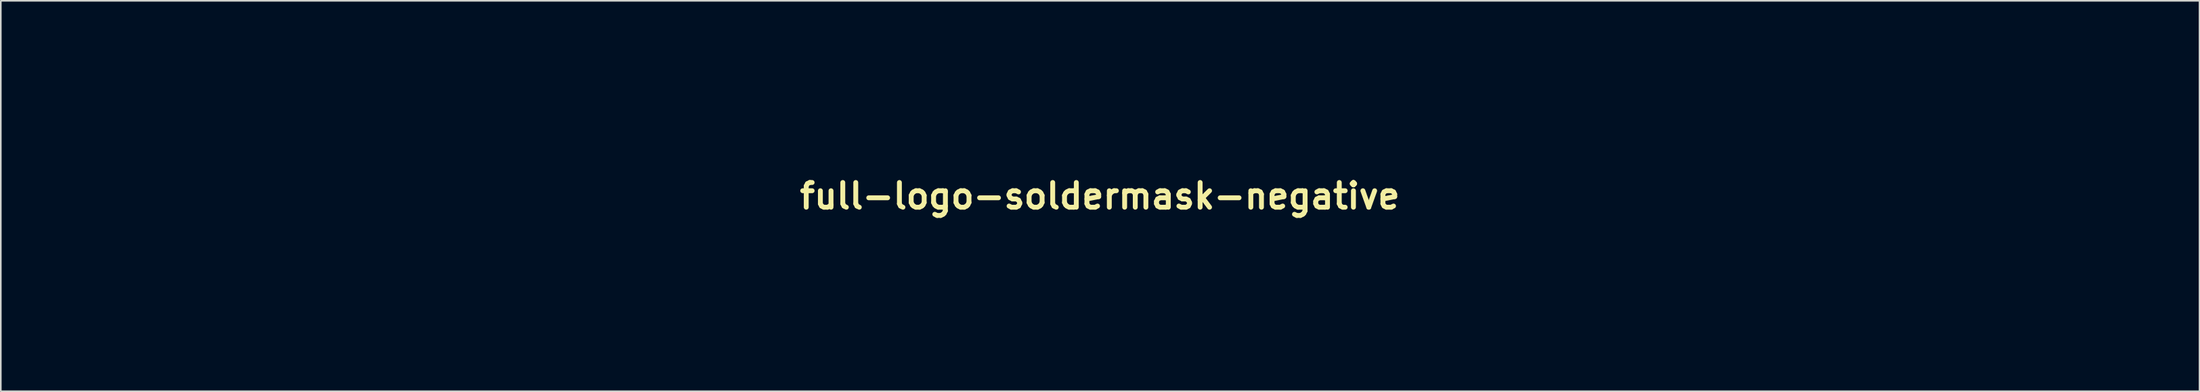
<source format=kicad_pcb>
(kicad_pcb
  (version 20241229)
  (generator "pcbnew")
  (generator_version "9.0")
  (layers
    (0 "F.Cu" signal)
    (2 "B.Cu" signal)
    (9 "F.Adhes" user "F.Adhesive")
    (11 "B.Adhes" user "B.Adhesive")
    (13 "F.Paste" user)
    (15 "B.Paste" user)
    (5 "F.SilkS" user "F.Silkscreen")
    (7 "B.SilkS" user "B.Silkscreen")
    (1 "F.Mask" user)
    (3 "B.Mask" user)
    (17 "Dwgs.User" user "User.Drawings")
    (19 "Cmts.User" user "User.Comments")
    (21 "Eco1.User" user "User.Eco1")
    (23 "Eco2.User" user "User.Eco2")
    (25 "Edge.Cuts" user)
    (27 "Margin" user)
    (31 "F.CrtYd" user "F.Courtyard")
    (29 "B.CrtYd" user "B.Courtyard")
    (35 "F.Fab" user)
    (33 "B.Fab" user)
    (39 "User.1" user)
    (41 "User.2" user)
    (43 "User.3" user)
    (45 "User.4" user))
  (footprint "full-logo-soldermask-negative"
    (layer "F.Cu")
    (at 64.634 9.036)
    (property "Reference" "full-logo-soldermask-negative" (at 0 0 0) (layer "F.SilkS") (effects (font (size 1.524 1.524) (thickness 0.3))))
    (attr through_hole)
    (fp_poly (pts (xy 10.445 1.637) (xy 10.753 1.694) (xy 11.024 1.793) (xy 11.269 1.94) (xy 11.455 2.092) (xy 11.552 2.204) (xy 11.657 2.36) (xy 11.756 2.536) (xy 11.835 2.71) (xy 11.871 2.813) (xy 11.893 2.893) (xy 8.256 2.893) (xy 8.315 2.743) (xy 8.472 2.423) (xy 8.67 2.16) (xy 8.912 1.948) (xy 9.203 1.785) (xy 9.4 1.709) (xy 9.54 1.666) (xy 9.665 1.639) (xy 9.798 1.624) (xy 9.963 1.618) (xy 10.088 1.618) (xy 10.445 1.637)) (stroke (width 0.01) (type solid)) (fill yes) (layer "F.Mask"))
    (fp_poly (pts (xy -4.462 1.625) (xy -4.221 1.655) (xy -4.069 1.69) (xy -3.748 1.82) (xy -3.465 2.006) (xy -3.223 2.239) (xy -3.025 2.514) (xy -2.876 2.823) (xy -2.778 3.159) (xy -2.735 3.516) (xy -2.75 3.887) (xy -2.807 4.188) (xy -2.927 4.536) (xy -3.099 4.841) (xy -3.317 5.098) (xy -3.579 5.304) (xy -3.88 5.454) (xy -4.096 5.52) (xy -4.312 5.554) (xy -4.562 5.569) (xy -4.818 5.564) (xy -5.054 5.54) (xy -5.209 5.507) (xy -5.56 5.374) (xy -5.862 5.191) (xy -6.112 4.962) (xy -6.309 4.689) (xy -6.451 4.373) (xy -6.536 4.019) (xy -6.562 3.654) (xy -6.555 3.446) (xy -6.535 3.244) (xy -6.507 3.079) (xy -6.505 3.071) (xy -6.385 2.722) (xy -6.209 2.41) (xy -5.983 2.14) (xy -5.712 1.918) (xy -5.402 1.75) (xy -5.168 1.669) (xy -4.963 1.632) (xy -4.718 1.618) (xy -4.462 1.625)) (stroke (width 0.01) (type solid)) (fill yes) (layer "F.Mask"))
    (fp_poly (pts (xy 19.264 -0.444) (xy 19.678 -0.348) (xy 20.069 -0.194) (xy 20.432 0.015) (xy 20.762 0.277) (xy 21.053 0.588) (xy 21.299 0.946) (xy 21.494 1.346) (xy 21.555 1.515) (xy 21.665 1.947) (xy 21.712 2.385) (xy 21.699 2.82) (xy 21.628 3.247) (xy 21.502 3.655) (xy 21.322 4.038) (xy 21.091 4.388) (xy 20.811 4.696) (xy 20.62 4.858) (xy 20.269 5.093) (xy 19.904 5.266) (xy 19.515 5.382) (xy 19.09 5.443) (xy 18.909 5.453) (xy 18.67 5.457) (xy 18.472 5.446) (xy 18.286 5.419) (xy 18.203 5.402) (xy 17.759 5.27) (xy 17.35 5.08) (xy 16.982 4.834) (xy 16.659 4.537) (xy 16.383 4.193) (xy 16.16 3.805) (xy 15.992 3.377) (xy 15.949 3.222) (xy 15.899 2.947) (xy 15.875 2.632) (xy 15.877 2.304) (xy 15.905 1.99) (xy 15.946 1.768) (xy 16.085 1.334) (xy 16.282 0.935) (xy 16.533 0.577) (xy 16.833 0.263) (xy 17.179 -0.002) (xy 17.566 -0.213) (xy 17.947 -0.354) (xy 18.393 -0.45) (xy 18.834 -0.479) (xy 19.264 -0.444)) (stroke (width 0.01) (type solid)) (fill yes) (layer "F.Mask"))
    (fp_poly (pts (xy 64.664 9.031) (xy -64.629 9.031) (xy -64.629 -0.189) (xy -62.274 -0.189) (xy -62.272 -0.014) (xy -62.268 0.18) (xy -62.261 0.379) (xy -62.253 0.57) (xy -62.242 0.741) (xy -62.231 0.879) (xy -62.23 0.885) (xy -62.118 1.597) (xy -61.939 2.304) (xy -61.697 2.998) (xy -61.395 3.669) (xy -61.038 4.31) (xy -60.628 4.911) (xy -60.455 5.133) (xy -60.297 5.317) (xy -60.101 5.528) (xy -59.883 5.752) (xy -59.658 5.972) (xy -59.443 6.172) (xy -59.253 6.337) (xy -59.214 6.369) (xy -58.646 6.782) (xy -58.035 7.149) (xy -57.392 7.465) (xy -56.726 7.725) (xy -56.046 7.927) (xy -55.364 8.065) (xy -55.016 8.11) (xy -54.811 8.126) (xy -54.559 8.137) (xy -54.277 8.142) (xy -53.985 8.143) (xy -53.702 8.139) (xy -53.447 8.13) (xy -53.24 8.115) (xy -53.206 8.112) (xy -52.46 7.996) (xy -51.731 7.812) (xy -51.021 7.561) (xy -50.334 7.244) (xy -49.672 6.864) (xy -49.04 6.421) (xy -48.945 6.347) (xy -48.893 6.3) (xy -48.793 6.206) (xy -48.648 6.067) (xy -48.461 5.886) (xy -48.234 5.664) (xy -47.97 5.406) (xy -47.671 5.112) (xy -47.339 4.785) (xy -46.978 4.429) (xy -46.59 4.044) (xy -46.176 3.635) (xy -45.741 3.203) (xy -45.339 2.804) (xy -43.991 2.804) (xy -42.483 4.315) (xy -42.201 4.598) (xy -41.922 4.874) (xy -41.654 5.139) (xy -41.402 5.386) (xy -41.171 5.611) (xy -40.968 5.807) (xy -40.798 5.969) (xy -40.668 6.09) (xy -40.595 6.155) (xy -40.005 6.622) (xy -39.377 7.031) (xy -38.719 7.38) (xy -38.035 7.666) (xy -37.331 7.887) (xy -36.893 7.989) (xy -36.554 8.052) (xy -36.253 8.097) (xy -35.962 8.125) (xy -35.653 8.14) (xy -35.428 8.145) (xy -34.96 8.149) (xy -34.96 5.126) (xy -35.481 5.105) (xy -36.079 5.046) (xy -36.658 4.92) (xy -37.215 4.727) (xy -37.749 4.468) (xy -38.258 4.143) (xy -38.355 4.072) (xy -38.418 4.018) (xy -38.527 3.919) (xy -38.675 3.779) (xy -38.859 3.603) (xy -39.073 3.397) (xy -39.312 3.164) (xy -39.571 2.91) (xy -39.846 2.638) (xy -40.132 2.355) (xy -40.208 2.279) (xy -41.84 0.654) (xy -42.916 1.729) (xy -43.991 2.804) (xy -45.339 2.804) (xy -45.286 2.751) (xy -44.813 2.281) (xy -44.326 1.796) (xy -43.826 1.298) (xy -43.568 1.041) (xy -42.962 0.436) (xy -42.404 -0.12) (xy -41.892 -0.631) (xy -41.422 -1.099) (xy -40.994 -1.525) (xy -40.605 -1.912) (xy -40.252 -2.262) (xy -39.934 -2.576) (xy -39.648 -2.858) (xy -39.391 -3.108) (xy -39.163 -3.33) (xy -38.96 -3.525) (xy -38.78 -3.695) (xy -38.621 -3.843) (xy -38.482 -3.97) (xy -38.358 -4.079) (xy -38.249 -4.172) (xy -38.152 -4.25) (xy -38.065 -4.316) (xy -37.986 -4.373) (xy -37.912 -4.421) (xy -37.841 -4.463) (xy -37.771 -4.502) (xy -37.7 -4.539) (xy -37.625 -4.577) (xy -37.545 -4.617) (xy -37.54 -4.62) (xy -37.267 -4.742) (xy -36.953 -4.861) (xy -36.625 -4.967) (xy -36.309 -5.051) (xy -36.092 -5.095) (xy -35.844 -5.125) (xy -35.549 -5.143) (xy -35.232 -5.149) (xy -34.914 -5.143) (xy -34.619 -5.124) (xy -34.396 -5.097) (xy -33.823 -4.97) (xy -33.275 -4.78) (xy -32.755 -4.531) (xy -32.269 -4.225) (xy -31.82 -3.869) (xy -31.412 -3.464) (xy -31.051 -3.016) (xy -30.74 -2.529) (xy -30.483 -2.006) (xy -30.284 -1.451) (xy -30.211 -1.173) (xy -30.147 -0.822) (xy -30.108 -0.429) (xy -30.095 -0.019) (xy -30.106 0.384) (xy -30.145 0.756) (xy -30.156 0.829) (xy -30.288 1.4) (xy -30.484 1.95) (xy -30.738 2.473) (xy -31.047 2.964) (xy -31.408 3.417) (xy -31.814 3.826) (xy -32.263 4.185) (xy -32.751 4.489) (xy -32.834 4.533) (xy -33.018 4.628) (xy -32.972 4.739) (xy -32.904 4.9) (xy -32.82 5.097) (xy -32.723 5.323) (xy -32.617 5.57) (xy -32.505 5.828) (xy -32.39 6.092) (xy -32.278 6.351) (xy -32.17 6.599) (xy -32.07 6.826) (xy -31.982 7.026) (xy -31.91 7.189) (xy -31.857 7.307) (xy -31.826 7.374) (xy -31.82 7.384) (xy -31.774 7.386) (xy -31.679 7.353) (xy -31.542 7.289) (xy -31.375 7.201) (xy -31.183 7.093) (xy -30.978 6.97) (xy -30.767 6.837) (xy -30.559 6.699) (xy -30.362 6.562) (xy -30.256 6.483) (xy -30.078 6.339) (xy -29.869 6.155) (xy -29.643 5.944) (xy -29.556 5.86) (xy -22.631 5.86) (xy -22.507 5.965) (xy -22.271 6.148) (xy -22.002 6.325) (xy -21.766 6.457) (xy -21.635 6.519) (xy -21.478 6.586) (xy -21.312 6.65) (xy -21.154 6.707) (xy -21.022 6.749) (xy -20.933 6.77) (xy -20.919 6.772) (xy -20.89 6.754) (xy -20.863 6.695) (xy -20.835 6.584) (xy -20.802 6.412) (xy -20.769 6.225) (xy -20.734 6.032) (xy -20.703 5.863) (xy -20.691 5.803) (xy -20.654 5.608) (xy -20.615 5.397) (xy -20.577 5.188) (xy -20.544 5.003) (xy -20.52 4.861) (xy -20.514 4.827) (xy -20.506 4.74) (xy -20.53 4.695) (xy -20.601 4.663) (xy -20.616 4.658) (xy -20.72 4.612) (xy -20.839 4.543) (xy -20.883 4.512) (xy -21.029 4.407) (xy -21.124 4.482) (xy -21.171 4.522) (xy -21.262 4.603) (xy -21.386 4.715) (xy -21.536 4.851) (xy -21.703 5.002) (xy -21.878 5.162) (xy -22.052 5.321) (xy -22.216 5.472) (xy -22.362 5.606) (xy -22.48 5.717) (xy -22.543 5.776) (xy -22.631 5.86) (xy -29.556 5.86) (xy -29.415 5.722) (xy -29.198 5.501) (xy -29.008 5.296) (xy -28.868 5.133) (xy -28.474 4.598) (xy -28.431 4.529) (xy -23.504 4.529) (xy -23.496 4.567) (xy -23.49 4.583) (xy -23.427 4.731) (xy -23.348 4.89) (xy -23.261 5.048) (xy -23.172 5.194) (xy -23.088 5.316) (xy -23.018 5.404) (xy -22.967 5.444) (xy -22.953 5.444) (xy -22.915 5.419) (xy -22.826 5.359) (xy -22.694 5.269) (xy -22.527 5.154) (xy -22.332 5.02) (xy -22.117 4.872) (xy -22.045 4.822) (xy -21.176 4.224) (xy -21.268 4.034) (xy -21.307 3.954) (xy -21.341 3.899) (xy -21.383 3.87) (xy -21.444 3.865) (xy -21.536 3.883) (xy -21.671 3.923) (xy -21.862 3.984) (xy -21.867 3.986) (xy -22.048 4.042) (xy -22.243 4.103) (xy -22.416 4.155) (xy -22.437 4.161) (xy -22.576 4.202) (xy -22.7 4.24) (xy -22.783 4.267) (xy -22.789 4.269) (xy -22.862 4.292) (xy -22.981 4.329) (xy -23.127 4.373) (xy -23.201 4.395) (xy -23.35 4.44) (xy -23.443 4.473) (xy -23.491 4.5) (xy -23.504 4.529) (xy -28.431 4.529) (xy -28.117 4.019) (xy -27.803 3.409) (xy -27.765 3.316) (xy -23.742 3.316) (xy -23.742 3.415) (xy -23.735 3.507) (xy -23.718 3.64) (xy -23.694 3.786) (xy -23.668 3.918) (xy -23.649 3.995) (xy -23.63 4.034) (xy -23.593 4.052) (xy -23.523 4.05) (xy -23.407 4.028) (xy -23.308 4.005) (xy -23.216 3.983) (xy -23.103 3.957) (xy -22.961 3.925) (xy -22.783 3.886) (xy -22.559 3.836) (xy -22.282 3.775) (xy -22.013 3.717) (xy -21.86 3.683) (xy -21.703 3.651) (xy -21.61 3.632) (xy -21.51 3.611) (xy -21.444 3.595) (xy -21.43 3.589) (xy -21.43 3.552) (xy -21.437 3.472) (xy -21.44 3.448) (xy -21.457 3.316) (xy -23.742 3.316) (xy -27.765 3.316) (xy -27.541 2.782) (xy -27.336 2.151) (xy -27.239 1.762) (xy -27.119 1.048) (xy -27.059 0.318) (xy -27.061 -0.416) (xy -27.125 -1.142) (xy -27.249 -1.848) (xy -27.267 -1.923) (xy -23.318 -1.923) (xy -23.297 -1.576) (xy -23.241 -1.216) (xy -23.154 -0.874) (xy -23.109 -0.742) (xy -22.988 -0.479) (xy -22.822 -0.201) (xy -22.626 0.068) (xy -22.437 0.282) (xy -22.221 0.488) (xy -22 0.67) (xy -21.761 0.834) (xy -21.492 0.988) (xy -21.184 1.137) (xy -20.823 1.29) (xy -20.602 1.376) (xy -20.203 1.529) (xy -19.865 1.664) (xy -19.581 1.783) (xy -19.345 1.89) (xy -19.151 1.988) (xy -18.992 2.08) (xy -18.863 2.169) (xy -18.757 2.26) (xy -18.668 2.355) (xy -18.618 2.417) (xy -18.49 2.609) (xy -18.404 2.799) (xy -18.353 3.007) (xy -18.332 3.255) (xy -18.33 3.351) (xy -18.33 3.526) (xy -18.337 3.652) (xy -18.354 3.75) (xy -18.385 3.841) (xy -18.422 3.925) (xy -18.583 4.189) (xy -18.796 4.411) (xy -19.051 4.583) (xy -19.336 4.699) (xy -19.506 4.736) (xy -19.632 4.756) (xy -19.733 4.774) (xy -19.784 4.784) (xy -19.798 4.8) (xy -19.808 4.845) (xy -19.814 4.925) (xy -19.818 5.047) (xy -19.818 5.218) (xy -19.815 5.444) (xy -19.809 5.734) (xy -19.808 5.776) (xy -19.802 6.036) (xy -19.795 6.276) (xy -19.788 6.485) (xy -19.782 6.655) (xy -19.776 6.774) (xy -19.771 6.834) (xy -19.77 6.835) (xy -19.762 6.869) (xy -19.745 6.89) (xy -19.709 6.9) (xy -19.643 6.899) (xy -19.537 6.887) (xy -19.379 6.863) (xy -19.226 6.839) (xy -18.741 6.727) (xy -18.278 6.548) (xy -17.841 6.306) (xy -17.434 6.002) (xy -17.11 5.691) (xy -16.807 5.318) (xy -16.559 4.912) (xy -16.367 4.48) (xy -16.231 4.028) (xy -16.152 3.566) (xy -16.131 3.099) (xy -16.167 2.635) (xy -16.262 2.181) (xy -16.417 1.746) (xy -16.631 1.335) (xy -16.769 1.129) (xy -17.011 0.836) (xy -17.292 0.572) (xy -17.617 0.33) (xy -17.7 0.281) (xy -15.064 0.281) (xy -15.064 3.574) (xy -15.063 4.05) (xy -15.063 4.506) (xy -15.061 4.937) (xy -15.06 5.338) (xy -15.058 5.703) (xy -15.056 6.029) (xy -15.053 6.311) (xy -15.05 6.542) (xy -15.047 6.719) (xy -15.044 6.836) (xy -15.041 6.889) (xy -15.04 6.891) (xy -14.999 6.898) (xy -14.899 6.904) (xy -14.748 6.909) (xy -14.558 6.912) (xy -14.339 6.914) (xy -14.229 6.914) (xy -13.441 6.914) (xy -13.441 5.014) (xy -13.441 4.577) (xy -13.439 4.204) (xy -13.437 3.889) (xy -13.434 3.626) (xy -13.43 3.409) (xy -13.424 3.231) (xy -13.417 3.087) (xy -13.408 2.97) (xy -13.397 2.874) (xy -13.387 2.803) (xy -13.307 2.489) (xy -13.185 2.221) (xy -13.026 2.006) (xy -12.972 1.953) (xy -12.752 1.796) (xy -12.502 1.687) (xy -12.233 1.625) (xy -11.96 1.612) (xy -11.695 1.647) (xy -11.45 1.731) (xy -11.239 1.865) (xy -11.187 1.912) (xy -11.109 1.995) (xy -11.041 2.087) (xy -10.983 2.193) (xy -10.933 2.317) (xy -10.89 2.464) (xy -10.855 2.64) (xy -10.827 2.85) (xy -10.805 3.098) (xy -10.787 3.39) (xy -10.775 3.731) (xy -10.767 4.125) (xy -10.762 4.578) (xy -10.76 5.095) (xy -10.76 5.283) (xy -10.76 6.914) (xy -9.166 6.914) (xy -9.182 4.595) (xy -9.185 4.131) (xy -9.189 3.732) (xy -9.19 3.616) (xy -8.184 3.616) (xy -8.153 4.129) (xy -8.06 4.615) (xy -7.908 5.07) (xy -7.698 5.49) (xy -7.432 5.871) (xy -7.113 6.21) (xy -6.742 6.504) (xy -6.562 6.619) (xy -6.361 6.722) (xy -6.116 6.823) (xy -5.853 6.914) (xy -5.597 6.985) (xy -5.397 7.024) (xy -5.219 7.039) (xy -5 7.044) (xy -4.759 7.04) (xy -4.517 7.026) (xy -4.293 7.005) (xy -4.107 6.976) (xy -4.015 6.955) (xy -3.86 6.901) (xy -3.683 6.828) (xy -3.531 6.755) (xy -3.403 6.679) (xy -3.255 6.578) (xy -3.1 6.463) (xy -2.955 6.345) (xy -2.831 6.237) (xy -2.746 6.148) (xy -2.72 6.113) (xy -2.704 6.106) (xy -2.692 6.152) (xy -2.686 6.257) (xy -2.682 6.425) (xy -2.682 6.482) (xy -2.681 6.914) (xy -1.199 6.914) (xy -1.199 0.282) (xy -2.681 0.282) (xy -2.681 1.12) (xy -2.955 0.848) (xy -3.234 0.603) (xy -3.525 0.416) (xy -3.848 0.275) (xy -3.951 0.241) (xy -4.057 0.21) (xy -4.156 0.188) (xy -4.263 0.174) (xy -4.393 0.165) (xy -4.56 0.161) (xy -4.781 0.16) (xy -4.833 0.16) (xy -5.134 0.165) (xy -5.382 0.18) (xy -5.598 0.21) (xy -5.798 0.258) (xy -6.002 0.328) (xy -6.228 0.424) (xy -6.303 0.458) (xy -6.555 0.585) (xy -6.768 0.718) (xy -6.972 0.874) (xy -7.141 1.026) (xy -7.448 1.36) (xy -7.705 1.741) (xy -7.909 2.161) (xy -8.059 2.616) (xy -8.152 3.097) (xy -8.184 3.6) (xy -8.184 3.616) (xy -9.19 3.616) (xy -9.192 3.392) (xy -9.195 3.105) (xy -9.199 2.867) (xy -9.203 2.67) (xy -9.209 2.511) (xy -9.215 2.382) (xy -9.222 2.278) (xy -9.231 2.194) (xy -9.241 2.124) (xy -9.253 2.062) (xy -9.267 2.002) (xy -9.27 1.993) (xy -9.37 1.65) (xy -9.487 1.362) (xy -9.629 1.116) (xy -9.803 0.897) (xy -10.018 0.692) (xy -10.044 0.67) (xy -10.21 0.542) (xy -10.376 0.44) (xy -10.565 0.351) (xy -10.798 0.264) (xy -10.813 0.259) (xy -10.922 0.223) (xy -11.017 0.198) (xy -11.114 0.18) (xy -11.227 0.17) (xy -11.372 0.165) (xy -11.565 0.163) (xy -11.695 0.163) (xy -11.927 0.164) (xy -12.102 0.169) (xy -12.236 0.177) (xy -12.341 0.192) (xy -12.432 0.213) (xy -12.506 0.236) (xy -12.814 0.367) (xy -13.113 0.546) (xy -13.315 0.696) (xy -13.544 0.878) (xy -13.554 0.589) (xy -13.564 0.3) (xy -15.064 0.281) (xy -17.7 0.281) (xy -17.994 0.107) (xy -18.429 -0.102) (xy -18.79 -0.25) (xy -18.961 -0.316) (xy -19.125 -0.379) (xy -19.26 -0.431) (xy -19.332 -0.459) (xy -19.432 -0.497) (xy -19.576 -0.552) (xy -19.743 -0.615) (xy -19.862 -0.661) (xy -20.031 -0.727) (xy -20.192 -0.793) (xy -20.324 -0.85) (xy -20.388 -0.88) (xy -20.566 -0.996) (xy -20.744 -1.152) (xy -20.896 -1.327) (xy -20.985 -1.463) (xy -21.029 -1.555) (xy -21.057 -1.64) (xy -21.072 -1.739) (xy -21.078 -1.875) (xy -21.078 -1.993) (xy -21.076 -2.162) (xy -21.068 -2.282) (xy -21.05 -2.372) (xy -21.017 -2.455) (xy -20.983 -2.522) (xy -20.917 -2.635) (xy -20.854 -2.733) (xy -20.824 -2.773) (xy -20.639 -2.937) (xy -20.415 -3.055) (xy -20.164 -3.126) (xy -19.901 -3.149) (xy -19.638 -3.124) (xy -19.39 -3.05) (xy -19.169 -2.927) (xy -19.059 -2.833) (xy -18.912 -2.654) (xy -18.804 -2.444) (xy -18.728 -2.186) (xy -18.718 -2.141) (xy -18.673 -1.923) (xy -17.535 -1.913) (xy -16.396 -1.904) (xy -16.4 -1.94) (xy -0.035 -1.94) (xy -0.035 6.914) (xy 1.552 6.914) (xy 1.552 3.838) (xy 1.718 4.062) (xy 1.824 4.207) (xy 1.965 4.399) (xy 2.132 4.627) (xy 2.318 4.882) (xy 2.516 5.153) (xy 2.718 5.43) (xy 2.916 5.703) (xy 3.104 5.961) (xy 3.273 6.195) (xy 3.366 6.323) (xy 3.792 6.913) (xy 4.86 6.914) (xy 5.126 6.913) (xy 5.368 6.912) (xy 5.577 6.909) (xy 5.745 6.906) (xy 5.862 6.902) (xy 5.921 6.897) (xy 5.927 6.895) (xy 5.922 6.885) (xy 5.908 6.863) (xy 5.879 6.824) (xy 5.832 6.765) (xy 5.765 6.68) (xy 5.674 6.567) (xy 5.556 6.42) (xy 5.407 6.236) (xy 5.224 6.01) (xy 5.003 5.739) (xy 4.742 5.418) (xy 4.693 5.358) (xy 4.514 5.138) (xy 4.307 4.884) (xy 4.091 4.618) (xy 3.882 4.361) (xy 3.711 4.15) (xy 3.206 3.528) (xy 3.273 3.432) (xy 6.581 3.432) (xy 6.59 3.904) (xy 6.594 3.951) (xy 6.68 4.442) (xy 6.829 4.902) (xy 7.036 5.328) (xy 7.299 5.717) (xy 7.616 6.064) (xy 7.982 6.368) (xy 8.396 6.624) (xy 8.855 6.829) (xy 9.243 6.952) (xy 9.48 6.999) (xy 9.763 7.029) (xy 10.071 7.042) (xy 10.384 7.039) (xy 10.681 7.019) (xy 10.941 6.982) (xy 11.06 6.955) (xy 11.452 6.829) (xy 11.795 6.672) (xy 12.109 6.474) (xy 12.411 6.225) (xy 12.482 6.159) (xy 12.732 5.897) (xy 12.949 5.628) (xy 13.122 5.364) (xy 13.245 5.115) (xy 13.28 5.018) (xy 13.304 4.939) (xy 11.568 4.939) (xy 11.42 5.086) (xy 11.181 5.289) (xy 10.925 5.434) (xy 10.642 5.526) (xy 10.319 5.569) (xy 10.147 5.573) (xy 9.76 5.548) (xy 9.419 5.474) (xy 9.119 5.347) (xy 8.854 5.167) (xy 8.729 5.053) (xy 8.575 4.869) (xy 8.446 4.662) (xy 8.358 4.457) (xy 8.342 4.401) (xy 8.318 4.304) (xy 10.863 4.304) (xy 11.349 4.304) (xy 11.769 4.303) (xy 12.128 4.303) (xy 12.431 4.302) (xy 12.682 4.3) (xy 12.888 4.298) (xy 13.051 4.294) (xy 13.178 4.29) (xy 13.273 4.285) (xy 13.34 4.279) (xy 13.385 4.271) (xy 13.413 4.262) (xy 13.427 4.252) (xy 13.433 4.242) (xy 13.442 4.186) (xy 13.449 4.074) (xy 13.454 3.92) (xy 13.457 3.737) (xy 13.457 3.651) (xy 13.444 3.28) (xy 13.408 2.953) (xy 13.343 2.65) (xy 13.284 2.466) (xy 14.197 2.466) (xy 14.228 3.01) (xy 14.321 3.547) (xy 14.475 4.067) (xy 14.687 4.559) (xy 14.733 4.646) (xy 15.024 5.113) (xy 15.371 5.54) (xy 15.766 5.923) (xy 16.203 6.257) (xy 16.678 6.539) (xy 17.183 6.764) (xy 17.714 6.928) (xy 18.203 7.021) (xy 18.383 7.036) (xy 18.61 7.042) (xy 18.866 7.041) (xy 19.13 7.032) (xy 19.383 7.016) (xy 19.605 6.994) (xy 19.773 6.968) (xy 20.314 6.82) (xy 20.827 6.612) (xy 21.306 6.347) (xy 21.746 6.03) (xy 22.139 5.663) (xy 22.323 5.455) (xy 22.655 4.998) (xy 22.926 4.509) (xy 23.135 3.994) (xy 23.28 3.459) (xy 23.361 2.909) (xy 23.377 2.35) (xy 23.326 1.787) (xy 23.207 1.226) (xy 23.19 1.169) (xy 23.116 0.949) (xy 23.012 0.697) (xy 22.891 0.437) (xy 22.81 0.282) (xy 24.483 0.282) (xy 24.483 6.914) (xy 26.07 6.914) (xy 27.34 6.914) (xy 28.928 6.914) (xy 28.928 4.667) (xy 30.233 4.667) (xy 30.233 6.96) (xy 30.718 6.935) (xy 30.923 6.922) (xy 31.128 6.903) (xy 31.309 6.881) (xy 31.444 6.859) (xy 31.45 6.858) (xy 31.819 6.768) (xy 32.19 6.659) (xy 32.541 6.538) (xy 32.852 6.411) (xy 32.949 6.366) (xy 33.048 6.315) (xy 33.177 6.245) (xy 33.32 6.164) (xy 33.464 6.08) (xy 33.594 6.003) (xy 33.695 5.94) (xy 33.754 5.9) (xy 33.761 5.893) (xy 33.799 5.864) (xy 33.875 5.811) (xy 33.924 5.779) (xy 33.96 5.755) (xy 33.998 5.728) (xy 34.039 5.697) (xy 34.087 5.658) (xy 34.143 5.61) (xy 34.211 5.55) (xy 34.292 5.475) (xy 34.389 5.384) (xy 34.505 5.273) (xy 34.642 5.141) (xy 34.802 4.985) (xy 34.988 4.803) (xy 35.201 4.592) (xy 35.446 4.35) (xy 35.724 4.075) (xy 36.037 3.764) (xy 36.388 3.416) (xy 36.779 3.026) (xy 36.867 2.939) (xy 37.859 2.939) (xy 39.1 4.178) (xy 39.352 4.429) (xy 39.597 4.67) (xy 39.828 4.896) (xy 40.039 5.1) (xy 40.224 5.277) (xy 40.378 5.422) (xy 40.495 5.527) (xy 40.567 5.589) (xy 40.569 5.591) (xy 40.678 5.674) (xy 40.764 5.741) (xy 40.812 5.781) (xy 40.816 5.786) (xy 40.855 5.815) (xy 40.932 5.866) (xy 40.975 5.892) (xy 41.07 5.953) (xy 41.143 6.005) (xy 41.16 6.02) (xy 41.221 6.062) (xy 41.333 6.125) (xy 41.483 6.203) (xy 41.659 6.29) (xy 41.846 6.379) (xy 42.033 6.464) (xy 42.205 6.539) (xy 42.35 6.597) (xy 42.439 6.629) (xy 42.579 6.672) (xy 42.702 6.711) (xy 42.785 6.738) (xy 42.792 6.741) (xy 43.006 6.801) (xy 43.274 6.854) (xy 43.578 6.897) (xy 43.902 6.928) (xy 44.229 6.944) (xy 44.282 6.945) (xy 44.626 6.95) (xy 44.626 4.668) (xy 44.617 4.667) (xy 45.579 4.667) (xy 45.579 6.96) (xy 46.064 6.935) (xy 46.269 6.922) (xy 46.473 6.903) (xy 46.655 6.881) (xy 46.79 6.859) (xy 46.796 6.858) (xy 47.164 6.768) (xy 47.535 6.659) (xy 47.887 6.538) (xy 48.198 6.411) (xy 48.295 6.366) (xy 48.394 6.315) (xy 48.523 6.245) (xy 48.666 6.164) (xy 48.81 6.08) (xy 48.94 6.003) (xy 49.041 5.94) (xy 49.1 5.9) (xy 49.107 5.893) (xy 49.144 5.864) (xy 49.221 5.811) (xy 49.27 5.779) (xy 49.306 5.755) (xy 49.344 5.728) (xy 49.385 5.697) (xy 49.433 5.658) (xy 49.489 5.61) (xy 49.557 5.55) (xy 49.638 5.475) (xy 49.735 5.384) (xy 49.851 5.273) (xy 49.988 5.141) (xy 50.148 4.985) (xy 50.333 4.803) (xy 50.547 4.592) (xy 50.792 4.35) (xy 51.069 4.075) (xy 51.383 3.764) (xy 51.733 3.416) (xy 52.125 3.026) (xy 52.559 2.595) (xy 53.038 2.117) (xy 53.552 1.606) (xy 53.983 1.176) (xy 54.401 0.76) (xy 54.804 0.359) (xy 55.189 -0.023) (xy 55.553 -0.385) (xy 55.893 -0.722) (xy 56.206 -1.032) (xy 56.489 -1.313) (xy 56.74 -1.562) (xy 56.956 -1.775) (xy 57.134 -1.95) (xy 57.271 -2.085) (xy 57.364 -2.175) (xy 57.411 -2.22) (xy 57.415 -2.223) (xy 57.774 -2.475) (xy 58.18 -2.686) (xy 58.617 -2.853) (xy 59.069 -2.968) (xy 59.521 -3.027) (xy 59.726 -3.034) (xy 60.008 -3.034) (xy 60.008 -4.18) (xy 60.007 -4.51) (xy 60.005 -4.774) (xy 60.002 -4.98) (xy 59.996 -5.132) (xy 59.989 -5.237) (xy 59.98 -5.3) (xy 59.968 -5.328) (xy 59.963 -5.33) (xy 59.679 -5.335) (xy 59.35 -5.315) (xy 58.997 -5.276) (xy 58.636 -5.218) (xy 58.287 -5.146) (xy 57.966 -5.062) (xy 57.692 -4.969) (xy 57.626 -4.942) (xy 57.562 -4.914) (xy 57.453 -4.868) (xy 57.319 -4.812) (xy 57.278 -4.795) (xy 57.165 -4.743) (xy 57.021 -4.672) (xy 56.861 -4.587) (xy 56.696 -4.497) (xy 56.541 -4.41) (xy 56.409 -4.332) (xy 56.314 -4.271) (xy 56.268 -4.234) (xy 56.268 -4.234) (xy 56.231 -4.204) (xy 56.154 -4.148) (xy 56.074 -4.094) (xy 56.029 -4.056) (xy 55.937 -3.97) (xy 55.802 -3.841) (xy 55.624 -3.67) (xy 55.409 -3.46) (xy 55.158 -3.215) (xy 54.874 -2.936) (xy 54.56 -2.628) (xy 54.22 -2.292) (xy 53.855 -1.931) (xy 53.469 -1.548) (xy 53.065 -1.147) (xy 52.645 -0.729) (xy 52.212 -0.298) (xy 52.07 -0.156) (xy 51.634 0.279) (xy 51.209 0.702) (xy 50.8 1.11) (xy 50.407 1.5) (xy 50.035 1.87) (xy 49.686 2.216) (xy 49.364 2.536) (xy 49.07 2.827) (xy 48.808 3.086) (xy 48.58 3.31) (xy 48.391 3.497) (xy 48.241 3.643) (xy 48.135 3.745) (xy 48.075 3.802) (xy 48.066 3.81) (xy 47.951 3.898) (xy 47.801 4.001) (xy 47.646 4.101) (xy 47.607 4.124) (xy 47.173 4.35) (xy 46.735 4.51) (xy 46.279 4.609) (xy 45.957 4.643) (xy 45.579 4.667) (xy 44.617 4.667) (xy 44.194 4.644) (xy 43.723 4.594) (xy 43.286 4.492) (xy 42.869 4.334) (xy 42.458 4.114) (xy 42.268 3.993) (xy 42.178 3.928) (xy 42.07 3.84) (xy 41.939 3.726) (xy 41.782 3.582) (xy 41.593 3.403) (xy 41.37 3.187) (xy 41.106 2.927) (xy 40.799 2.622) (xy 40.744 2.567) (xy 40.501 2.324) (xy 40.272 2.098) (xy 40.064 1.892) (xy 39.88 1.712) (xy 39.726 1.562) (xy 39.606 1.447) (xy 39.525 1.372) (xy 39.489 1.341) (xy 39.488 1.341) (xy 39.457 1.365) (xy 39.382 1.433) (xy 39.27 1.539) (xy 39.127 1.678) (xy 38.958 1.843) (xy 38.771 2.028) (xy 38.659 2.14) (xy 37.859 2.939) (xy 36.867 2.939) (xy 37.213 2.595) (xy 37.692 2.117) (xy 38.206 1.606) (xy 38.637 1.176) (xy 39.055 0.76) (xy 39.458 0.359) (xy 39.843 -0.023) (xy 40.207 -0.385) (xy 40.547 -0.722) (xy 40.86 -1.032) (xy 41.143 -1.313) (xy 41.395 -1.562) (xy 41.611 -1.775) (xy 41.788 -1.95) (xy 41.925 -2.085) (xy 42.019 -2.175) (xy 42.065 -2.22) (xy 42.069 -2.223) (xy 42.423 -2.471) (xy 42.824 -2.681) (xy 43.255 -2.847) (xy 43.7 -2.964) (xy 44.143 -3.026) (xy 44.363 -3.034) (xy 44.627 -3.034) (xy 44.627 -3.043) (xy 45.579 -3.043) (xy 45.888 -3.022) (xy 46.308 -2.976) (xy 46.689 -2.894) (xy 47.054 -2.77) (xy 47.426 -2.596) (xy 47.443 -2.587) (xy 47.573 -2.516) (xy 47.698 -2.439) (xy 47.825 -2.353) (xy 47.959 -2.252) (xy 48.105 -2.131) (xy 48.269 -1.986) (xy 48.456 -1.812) (xy 48.671 -1.604) (xy 48.921 -1.358) (xy 49.21 -1.068) (xy 49.424 -0.851) (xy 49.657 -0.615) (xy 49.875 -0.395) (xy 50.072 -0.195) (xy 50.243 -0.022) (xy 50.384 0.121) (xy 50.49 0.228) (xy 50.555 0.294) (xy 50.576 0.314) (xy 50.601 0.291) (xy 50.67 0.224) (xy 50.778 0.119) (xy 50.917 -0.019) (xy 51.084 -0.184) (xy 51.271 -0.369) (xy 51.401 -0.499) (xy 52.223 -1.315) (xy 50.938 -2.59) (xy 50.622 -2.902) (xy 50.331 -3.187) (xy 50.067 -3.44) (xy 49.836 -3.659) (xy 49.64 -3.84) (xy 49.485 -3.978) (xy 49.373 -4.07) (xy 49.354 -4.085) (xy 49.226 -4.179) (xy 49.118 -4.258) (xy 49.044 -4.313) (xy 49.018 -4.332) (xy 48.966 -4.366) (xy 48.868 -4.423) (xy 48.74 -4.495) (xy 48.598 -4.572) (xy 48.461 -4.646) (xy 48.343 -4.707) (xy 48.278 -4.739) (xy 48.056 -4.839) (xy 47.848 -4.926) (xy 47.672 -4.993) (xy 47.607 -5.014) (xy 47.456 -5.059) (xy 47.279 -5.106) (xy 47.094 -5.153) (xy 46.921 -5.194) (xy 46.779 -5.224) (xy 46.69 -5.239) (xy 46.574 -5.254) (xy 46.429 -5.276) (xy 46.337 -5.291) (xy 46.19 -5.309) (xy 46.012 -5.322) (xy 45.852 -5.327) (xy 45.579 -5.327) (xy 45.579 -3.043) (xy 44.627 -3.043) (xy 44.618 -4.187) (xy 44.609 -5.34) (xy 44.298 -5.333) (xy 43.977 -5.315) (xy 43.631 -5.275) (xy 43.278 -5.217) (xy 42.935 -5.145) (xy 42.621 -5.062) (xy 42.353 -4.972) (xy 42.28 -4.942) (xy 42.216 -4.914) (xy 42.107 -4.868) (xy 41.973 -4.812) (xy 41.932 -4.795) (xy 41.819 -4.743) (xy 41.675 -4.672) (xy 41.515 -4.587) (xy 41.35 -4.497) (xy 41.195 -4.41) (xy 41.064 -4.332) (xy 40.968 -4.271) (xy 40.922 -4.234) (xy 40.922 -4.234) (xy 40.885 -4.204) (xy 40.808 -4.148) (xy 40.728 -4.094) (xy 40.683 -4.056) (xy 40.592 -3.97) (xy 40.456 -3.841) (xy 40.279 -3.67) (xy 40.063 -3.46) (xy 39.812 -3.215) (xy 39.528 -2.936) (xy 39.214 -2.628) (xy 38.874 -2.292) (xy 38.509 -1.931) (xy 38.123 -1.548) (xy 37.719 -1.147) (xy 37.299 -0.729) (xy 36.866 -0.298) (xy 36.724 -0.156) (xy 36.288 0.279) (xy 35.864 0.702) (xy 35.454 1.11) (xy 35.061 1.5) (xy 34.689 1.87) (xy 34.341 2.216) (xy 34.018 2.536) (xy 33.724 2.827) (xy 33.462 3.086) (xy 33.235 3.31) (xy 33.045 3.497) (xy 32.895 3.643) (xy 32.789 3.745) (xy 32.729 3.802) (xy 32.72 3.81) (xy 32.605 3.898) (xy 32.456 4.001) (xy 32.3 4.101) (xy 32.262 4.124) (xy 31.827 4.35) (xy 31.389 4.51) (xy 30.933 4.609) (xy 30.612 4.643) (xy 30.233 4.667) (xy 28.928 4.667) (xy 28.928 -1.942) (xy 28.143 -1.932) (xy 27.358 -1.923) (xy 27.349 2.496) (xy 27.34 6.914) (xy 26.07 6.914) (xy 26.07 0.282) (xy 24.483 0.282) (xy 22.81 0.282) (xy 22.765 0.196) (xy 22.668 0.035) (xy 22.333 -0.423) (xy 24.481 -0.423) (xy 26.07 -0.423) (xy 26.07 -1.942) (xy 25.285 -1.932) (xy 24.5 -1.923) (xy 24.491 -1.173) (xy 24.481 -0.423) (xy 22.333 -0.423) (xy 22.325 -0.434) (xy 21.94 -0.847) (xy 21.512 -1.204) (xy 21.043 -1.503) (xy 20.532 -1.745) (xy 19.981 -1.93) (xy 19.777 -1.981) (xy 19.552 -2.02) (xy 19.278 -2.046) (xy 18.975 -2.059) (xy 18.664 -2.06) (xy 18.366 -2.047) (xy 18.101 -2.022) (xy 17.956 -1.998) (xy 17.381 -1.847) (xy 16.844 -1.64) (xy 16.348 -1.377) (xy 15.896 -1.063) (xy 15.489 -0.7) (xy 15.132 -0.289) (xy 14.827 0.166) (xy 14.576 0.663) (xy 14.381 1.2) (xy 14.326 1.402) (xy 14.229 1.927) (xy 14.197 2.466) (xy 13.284 2.466) (xy 13.246 2.348) (xy 13.214 2.264) (xy 13.006 1.826) (xy 12.745 1.429) (xy 12.435 1.078) (xy 12.082 0.776) (xy 11.69 0.528) (xy 11.265 0.337) (xy 10.812 0.208) (xy 10.617 0.174) (xy 10.38 0.152) (xy 10.106 0.145) (xy 9.819 0.154) (xy 9.54 0.177) (xy 9.291 0.213) (xy 9.137 0.248) (xy 8.759 0.382) (xy 8.382 0.565) (xy 8.025 0.787) (xy 7.704 1.037) (xy 7.473 1.264) (xy 7.18 1.641) (xy 6.942 2.056) (xy 6.76 2.499) (xy 6.639 2.961) (xy 6.581 3.432) (xy 3.273 3.432) (xy 3.286 3.413) (xy 3.333 3.347) (xy 3.421 3.226) (xy 3.547 3.053) (xy 3.71 2.829) (xy 3.909 2.555) (xy 4.143 2.236) (xy 4.409 1.871) (xy 4.707 1.464) (xy 5.011 1.049) (xy 5.153 0.854) (xy 5.28 0.678) (xy 5.388 0.527) (xy 5.47 0.411) (xy 5.52 0.338) (xy 5.533 0.317) (xy 5.502 0.306) (xy 5.404 0.297) (xy 5.242 0.29) (xy 5.018 0.285) (xy 4.737 0.282) (xy 4.593 0.282) (xy 3.641 0.282) (xy 3.571 0.397) (xy 3.534 0.454) (xy 3.462 0.561) (xy 3.362 0.711) (xy 3.239 0.894) (xy 3.098 1.102) (xy 2.944 1.328) (xy 2.876 1.429) (xy 2.701 1.685) (xy 2.521 1.951) (xy 2.344 2.212) (xy 2.178 2.456) (xy 2.034 2.669) (xy 1.92 2.839) (xy 1.91 2.854) (xy 1.57 3.361) (xy 1.561 0.71) (xy 1.552 -1.94) (xy -0.035 -1.94) (xy -16.4 -1.94) (xy -16.42 -2.107) (xy -16.489 -2.56) (xy -16.585 -2.957) (xy -16.616 -3.043) (xy 30.233 -3.043) (xy 30.542 -3.022) (xy 30.963 -2.976) (xy 31.343 -2.894) (xy 31.708 -2.77) (xy 32.081 -2.596) (xy 32.097 -2.587) (xy 32.227 -2.516) (xy 32.352 -2.439) (xy 32.479 -2.353) (xy 32.613 -2.252) (xy 32.759 -2.131) (xy 32.923 -1.986) (xy 33.11 -1.812) (xy 33.325 -1.604) (xy 33.575 -1.358) (xy 33.864 -1.068) (xy 34.078 -0.851) (xy 34.312 -0.615) (xy 34.529 -0.395) (xy 34.726 -0.195) (xy 34.897 -0.022) (xy 35.038 0.121) (xy 35.144 0.228) (xy 35.209 0.294) (xy 35.23 0.314) (xy 35.255 0.291) (xy 35.324 0.224) (xy 35.432 0.119) (xy 35.572 -0.019) (xy 35.738 -0.184) (xy 35.925 -0.369) (xy 36.056 -0.499) (xy 36.877 -1.315) (xy 35.592 -2.59) (xy 35.276 -2.902) (xy 34.985 -3.187) (xy 34.721 -3.44) (xy 34.49 -3.659) (xy 34.294 -3.84) (xy 34.139 -3.978) (xy 34.028 -4.07) (xy 34.008 -4.085) (xy 33.88 -4.179) (xy 33.772 -4.258) (xy 33.698 -4.313) (xy 33.673 -4.332) (xy 33.62 -4.366) (xy 33.522 -4.423) (xy 33.394 -4.495) (xy 33.253 -4.572) (xy 33.115 -4.646) (xy 32.997 -4.707) (xy 32.932 -4.739) (xy 32.711 -4.839) (xy 32.502 -4.926) (xy 32.326 -4.993) (xy 32.262 -5.014) (xy 32.11 -5.059) (xy 31.933 -5.106) (xy 31.748 -5.153) (xy 31.575 -5.194) (xy 31.433 -5.224) (xy 31.344 -5.239) (xy 31.228 -5.254) (xy 31.083 -5.276) (xy 30.992 -5.291) (xy 30.844 -5.309) (xy 30.666 -5.322) (xy 30.506 -5.327) (xy 30.233 -5.327) (xy 30.233 -3.043) (xy -16.616 -3.043) (xy -16.711 -3.308) (xy -16.872 -3.623) (xy -16.963 -3.767) (xy -17.256 -4.141) (xy -17.591 -4.463) (xy -17.97 -4.735) (xy -18.399 -4.958) (xy -18.878 -5.135) (xy -19.015 -5.174) (xy -19.17 -5.204) (xy -19.378 -5.225) (xy -19.62 -5.237) (xy -19.88 -5.242) (xy -20.14 -5.237) (xy -20.383 -5.225) (xy -20.591 -5.204) (xy -20.743 -5.175) (xy -21.218 -5.013) (xy -21.653 -4.796) (xy -22.045 -4.531) (xy -22.392 -4.22) (xy -22.689 -3.869) (xy -22.932 -3.481) (xy -23.12 -3.061) (xy -23.247 -2.614) (xy -23.31 -2.143) (xy -23.318 -1.923) (xy -27.267 -1.923) (xy -27.301 -2.068) (xy -27.52 -2.781) (xy -27.801 -3.467) (xy -28.143 -4.121) (xy -28.541 -4.74) (xy -28.994 -5.321) (xy -29.498 -5.86) (xy -30.049 -6.354) (xy -30.646 -6.798) (xy -31.284 -7.189) (xy -31.96 -7.525) (xy -31.997 -7.541) (xy -32.646 -7.787) (xy -33.328 -7.978) (xy -34.03 -8.111) (xy -34.737 -8.186) (xy -35.438 -8.198) (xy -35.764 -8.182) (xy -36.537 -8.093) (xy -37.279 -7.941) (xy -37.992 -7.726) (xy -38.678 -7.446) (xy -39.342 -7.1) (xy -39.984 -6.687) (xy -40.287 -6.464) (xy -40.349 -6.41) (xy -40.458 -6.309) (xy -40.615 -6.16) (xy -40.817 -5.965) (xy -41.063 -5.726) (xy -41.352 -5.443) (xy -41.682 -5.119) (xy -42.052 -4.755) (xy -42.46 -4.352) (xy -42.905 -3.912) (xy -43.385 -3.435) (xy -43.9 -2.924) (xy -44.447 -2.38) (xy -45.026 -1.804) (xy -45.634 -1.197) (xy -45.667 -1.164) (xy -46.17 -0.663) (xy -46.661 -0.173) (xy -47.139 0.302) (xy -47.599 0.76) (xy -48.041 1.199) (xy -48.462 1.616) (xy -48.858 2.009) (xy -49.228 2.375) (xy -49.569 2.712) (xy -49.879 3.017) (xy -50.155 3.288) (xy -50.395 3.523) (xy -50.596 3.719) (xy -50.756 3.874) (xy -50.872 3.985) (xy -50.942 4.05) (xy -50.959 4.064) (xy -51.467 4.405) (xy -51.991 4.677) (xy -52.536 4.883) (xy -53.102 5.022) (xy -53.693 5.095) (xy -53.869 5.104) (xy -54.249 5.11) (xy -54.585 5.095) (xy -54.903 5.057) (xy -55.228 4.994) (xy -55.386 4.955) (xy -55.946 4.777) (xy -56.479 4.536) (xy -56.98 4.235) (xy -57.443 3.881) (xy -57.864 3.475) (xy -58.237 3.023) (xy -58.557 2.529) (xy -58.684 2.293) (xy -58.879 1.869) (xy -59.024 1.468) (xy -59.126 1.067) (xy -59.19 0.645) (xy -59.221 0.203) (xy -59.228 0.013) (xy -59.235 -0.149) (xy -59.24 -0.272) (xy -59.244 -0.344) (xy -59.245 -0.357) (xy -59.281 -0.361) (xy -59.378 -0.366) (xy -59.528 -0.373) (xy -59.722 -0.382) (xy -59.951 -0.392) (xy -60.207 -0.402) (xy -60.479 -0.413) (xy -60.761 -0.424) (xy -61.042 -0.435) (xy -61.314 -0.445) (xy -61.568 -0.454) (xy -61.796 -0.462) (xy -61.988 -0.468) (xy -62.135 -0.472) (xy -62.229 -0.474) (xy -62.261 -0.473) (xy -62.269 -0.432) (xy -62.273 -0.333) (xy -62.274 -0.189) (xy -64.629 -0.189) (xy -64.629 -1.926) (xy -62.049 -1.926) (xy -62.048 -1.923) (xy -62.012 -1.913) (xy -61.916 -1.89) (xy -61.769 -1.856) (xy -61.579 -1.812) (xy -61.355 -1.762) (xy -61.106 -1.705) (xy -60.84 -1.646) (xy -60.566 -1.585) (xy -60.293 -1.524) (xy -60.029 -1.466) (xy -59.784 -1.412) (xy -59.566 -1.364) (xy -59.383 -1.324) (xy -59.245 -1.295) (xy -59.16 -1.278) (xy -59.138 -1.274) (xy -59.109 -1.303) (xy -59.069 -1.384) (xy -59.027 -1.501) (xy -59.02 -1.524) (xy -58.916 -1.821) (xy -58.78 -2.141) (xy -58.626 -2.455) (xy -58.468 -2.733) (xy -58.462 -2.742) (xy -58.28 -3.031) (xy -59.258 -3.691) (xy -59.507 -3.859) (xy -59.749 -4.023) (xy -59.977 -4.177) (xy -60.179 -4.314) (xy -60.346 -4.429) (xy -60.47 -4.513) (xy -60.512 -4.543) (xy -60.632 -4.624) (xy -60.728 -4.686) (xy -60.787 -4.719) (xy -60.799 -4.722) (xy -60.822 -4.689) (xy -60.875 -4.61) (xy -60.948 -4.498) (xy -61.008 -4.405) (xy -61.169 -4.139) (xy -61.337 -3.83) (xy -61.5 -3.503) (xy -61.645 -3.182) (xy -61.75 -2.921) (xy -61.811 -2.752) (xy -61.871 -2.57) (xy -61.929 -2.389) (xy -61.979 -2.222) (xy -62.018 -2.08) (xy -62.043 -1.977) (xy -62.049 -1.926) (xy -64.629 -1.926) (xy -64.629 -5.577) (xy -60.068 -5.577) (xy -60.06 -5.553) (xy -60.029 -5.522) (xy -59.953 -5.45) (xy -59.839 -5.344) (xy -59.692 -5.209) (xy -59.52 -5.052) (xy -59.329 -4.878) (xy -59.127 -4.694) (xy -58.919 -4.506) (xy -58.713 -4.319) (xy -58.514 -4.141) (xy -58.33 -3.976) (xy -58.168 -3.83) (xy -58.034 -3.711) (xy -57.934 -3.623) (xy -57.876 -3.574) (xy -57.863 -3.565) (xy -57.835 -3.586) (xy -57.764 -3.645) (xy -57.662 -3.733) (xy -57.539 -3.841) (xy -57.537 -3.842) (xy -57.386 -3.971) (xy -57.228 -4.099) (xy -57.084 -4.21) (xy -57 -4.269) (xy -56.894 -4.343) (xy -56.816 -4.405) (xy -56.78 -4.442) (xy -56.78 -4.445) (xy -56.798 -4.482) (xy -56.851 -4.57) (xy -56.933 -4.7) (xy -57.04 -4.867) (xy -57.166 -5.062) (xy -57.306 -5.278) (xy -57.457 -5.507) (xy -57.611 -5.742) (xy -57.766 -5.976) (xy -57.916 -6.201) (xy -58.055 -6.41) (xy -58.18 -6.595) (xy -58.285 -6.748) (xy -58.365 -6.863) (xy -58.416 -6.932) (xy -58.432 -6.95) (xy -58.482 -6.929) (xy -58.577 -6.871) (xy -58.706 -6.783) (xy -58.858 -6.673) (xy -59.024 -6.549) (xy -59.193 -6.418) (xy -59.355 -6.288) (xy -59.469 -6.191) (xy -59.676 -6.011) (xy -59.834 -5.869) (xy -59.946 -5.76) (xy -60.019 -5.679) (xy -60.058 -5.619) (xy -60.068 -5.577) (xy -64.629 -5.577) (xy -64.629 -7.334) (xy -57.775 -7.334) (xy -57.071 -5.995) (xy -56.922 -5.713) (xy -56.784 -5.451) (xy -56.659 -5.215) (xy -56.551 -5.013) (xy -56.463 -4.85) (xy -56.4 -4.733) (xy -56.363 -4.668) (xy -56.356 -4.657) (xy -56.32 -4.67) (xy -56.24 -4.703) (xy -56.174 -4.732) (xy -56.056 -4.78) (xy -55.901 -4.837) (xy -55.741 -4.893) (xy -55.719 -4.901) (xy -55.434 -4.994) (xy -55.477 -5.151) (xy -54.151 -5.151) (xy -53.858 -5.151) (xy -53.494 -5.128) (xy -53.095 -5.064) (xy -52.681 -4.962) (xy -52.271 -4.828) (xy -51.882 -4.667) (xy -51.773 -4.614) (xy -51.639 -4.546) (xy -51.516 -4.479) (xy -51.398 -4.41) (xy -51.281 -4.335) (xy -51.161 -4.249) (xy -51.032 -4.149) (xy -50.891 -4.03) (xy -50.732 -3.889) (xy -50.551 -3.722) (xy -50.344 -3.524) (xy -50.105 -3.292) (xy -49.829 -3.022) (xy -49.514 -2.709) (xy -49.177 -2.375) (xy -48.893 -2.092) (xy -48.623 -1.823) (xy -48.373 -1.575) (xy -48.146 -1.349) (xy -47.946 -1.151) (xy -47.777 -0.984) (xy -47.645 -0.852) (xy -47.552 -0.761) (xy -47.502 -0.712) (xy -47.495 -0.706) (xy -47.47 -0.73) (xy -47.399 -0.799) (xy -47.289 -0.907) (xy -47.144 -1.049) (xy -46.97 -1.221) (xy -46.771 -1.418) (xy -46.554 -1.634) (xy -46.411 -1.775) (xy -45.334 -2.845) (xy -47.035 -4.538) (xy -47.425 -4.926) (xy -47.77 -5.267) (xy -48.077 -5.565) (xy -48.348 -5.826) (xy -48.59 -6.052) (xy -48.806 -6.249) (xy -49.003 -6.42) (xy -49.185 -6.569) (xy -49.356 -6.701) (xy -49.522 -6.819) (xy -49.688 -6.928) (xy -49.858 -7.032) (xy -50.037 -7.135) (xy -50.23 -7.241) (xy -50.236 -7.244) (xy -50.75 -7.493) (xy -51.303 -7.712) (xy -51.877 -7.895) (xy -52.455 -8.036) (xy -53.017 -8.131) (xy -53.358 -8.165) (xy -53.538 -8.178) (xy -53.728 -8.192) (xy -53.889 -8.205) (xy -53.913 -8.207) (xy -54.151 -8.227) (xy -54.151 -5.151) (xy -55.477 -5.151) (xy -55.836 -6.439) (xy -55.922 -6.746) (xy -56.002 -7.031) (xy -56.075 -7.288) (xy -56.138 -7.509) (xy -56.189 -7.687) (xy -56.226 -7.815) (xy -56.248 -7.886) (xy -56.253 -7.899) (xy -56.298 -7.9) (xy -56.396 -7.877) (xy -56.536 -7.835) (xy -56.708 -7.777) (xy -56.901 -7.708) (xy -57.101 -7.631) (xy -57.3 -7.551) (xy -57.485 -7.471) (xy -57.577 -7.428) (xy -57.775 -7.334) (xy -64.629 -7.334) (xy -64.629 -9.031) (xy 64.664 -9.031) (xy 64.664 9.031)) (stroke (width 0.01) (type solid)) (fill yes) (layer "F.Mask")))
  (gr_rect
    (start -3 -3)
    (end 132.303 21.072)
    (stroke (width 0.1) (type default))
    (fill no)
    (layer "Edge.Cuts")))
</source>
